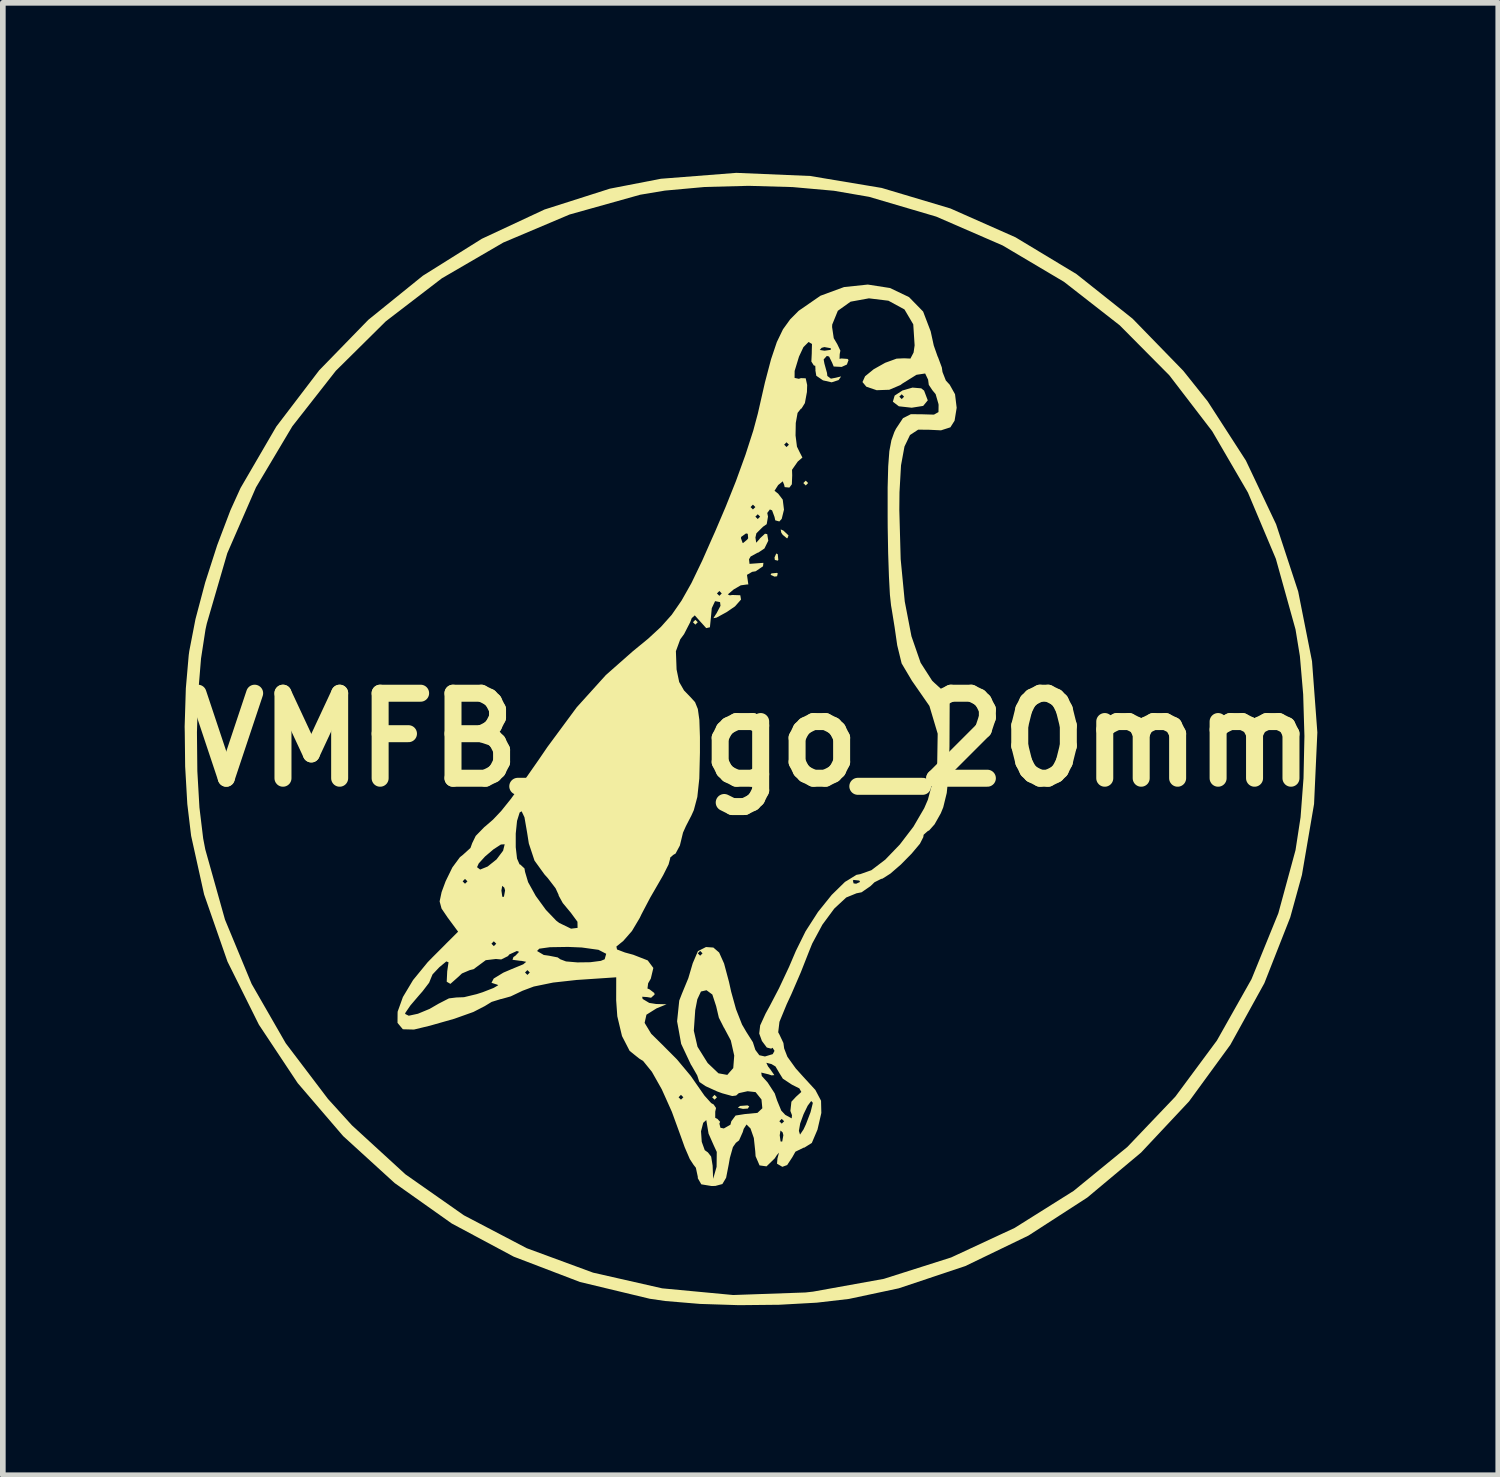
<source format=kicad_pcb>
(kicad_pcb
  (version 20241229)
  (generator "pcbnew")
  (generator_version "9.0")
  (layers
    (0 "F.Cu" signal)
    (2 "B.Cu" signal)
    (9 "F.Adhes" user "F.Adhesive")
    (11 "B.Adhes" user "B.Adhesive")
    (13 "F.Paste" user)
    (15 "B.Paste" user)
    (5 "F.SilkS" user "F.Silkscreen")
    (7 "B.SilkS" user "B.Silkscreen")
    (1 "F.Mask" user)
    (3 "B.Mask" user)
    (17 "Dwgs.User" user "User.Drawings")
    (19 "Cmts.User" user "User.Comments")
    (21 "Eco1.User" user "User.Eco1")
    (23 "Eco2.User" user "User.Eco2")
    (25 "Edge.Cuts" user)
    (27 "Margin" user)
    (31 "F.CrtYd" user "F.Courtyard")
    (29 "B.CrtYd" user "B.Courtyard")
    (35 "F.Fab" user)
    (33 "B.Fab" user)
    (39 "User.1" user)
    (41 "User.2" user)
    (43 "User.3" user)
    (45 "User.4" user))
  (footprint "VMFB_logo_20mm"
    (layer "F.Cu")
    (at 10.193 10.003)
    (property "Reference" "VMFB_logo_20mm" (at 0 0 0) (layer "F.SilkS") (effects (font (size 1.5 1.5) (thickness 0.3))))
    (attr board_only exclude_from_pos_files exclude_from_bom)
    (fp_poly (pts (xy -0.931 -2.074) (xy -0.974 -2.032) (xy -1.016 -2.074) (xy -0.974 -2.117)) (stroke (width 0) (type solid)) (fill yes) (layer "F.SilkS"))
    (fp_poly (pts (xy -0.593 6.308) (xy -0.635 6.35) (xy -0.677 6.308) (xy -0.635 6.265)) (stroke (width 0) (type solid)) (fill yes) (layer "F.SilkS"))
    (fp_poly (pts (xy 1.016 -4.53) (xy 0.974 -4.487) (xy 0.931 -4.53) (xy 0.974 -4.572)) (stroke (width 0) (type solid)) (fill yes) (layer "F.SilkS"))
    (fp_poly (pts (xy -0.023 6.468) (xy -0.048 6.507) (xy -0.134 6.513) (xy -0.224 6.492) (xy -0.185 6.461) (xy -0.053 6.451)) (stroke (width 0) (type solid)) (fill yes) (layer "F.SilkS"))
    (fp_poly (pts (xy 0.48 -3.274) (xy 0.49 -3.173) (xy 0.48 -3.161) (xy 0.429 -3.173) (xy 0.423 -3.217) (xy 0.454 -3.287)) (stroke (width 0) (type solid)) (fill yes) (layer "F.SilkS"))
    (fp_poly (pts (xy 0.48 -2.935) (xy 0.468 -2.885) (xy 0.423 -2.879) (xy 0.354 -2.91) (xy 0.367 -2.935) (xy 0.467 -2.945)) (stroke (width 0) (type solid)) (fill yes) (layer "F.SilkS"))
    (fp_poly (pts (xy 0.58 -3.691) (xy 0.67 -3.606) (xy 0.652 -3.557) (xy 0.64 -3.556) (xy 0.568 -3.616) (xy 0.542 -3.654) (xy 0.532 -3.712)) (stroke (width 0) (type solid)) (fill yes) (layer "F.SilkS"))
    (fp_poly (pts (xy 3.012 -6.201) (xy 3.062 -6.161) (xy 3.127 -5.989) (xy 3.046 -5.891) (xy 2.844 -5.859) (xy 2.617 -5.884) (xy 2.511 -5.965) (xy 2.537 -6.054) (xy 2.625 -6.054) (xy 2.667 -6.011) (xy 2.709 -6.054) (xy 2.667 -6.096) (xy 2.625 -6.054) (xy 2.537 -6.054) (xy 2.543 -6.073) (xy 2.68 -6.163) (xy 2.858 -6.214)) (stroke (width 0) (type solid)) (fill yes) (layer "F.SilkS"))
    (fp_poly (pts (xy 1.051 -9.948) (xy 2.314 -9.737) (xy 3.526 -9.375) (xy 4.675 -8.866) (xy 5.751 -8.217) (xy 6.741 -7.43) (xy 7.635 -6.511) (xy 8.066 -5.971) (xy 8.74 -4.927) (xy 9.273 -3.803) (xy 9.663 -2.616) (xy 9.907 -1.386) (xy 10.001 -0.13) (xy 9.943 1.133) (xy 9.729 2.385) (xy 9.523 3.133) (xy 9.066 4.295) (xy 8.466 5.382) (xy 7.736 6.382) (xy 6.89 7.284) (xy 5.942 8.077) (xy 4.904 8.748) (xy 3.79 9.286) (xy 2.614 9.679) (xy 1.736 9.866) (xy 1.169 9.932) (xy 0.503 9.969) (xy -0.204 9.976) (xy -0.892 9.954) (xy -1.503 9.903) (xy -1.778 9.863) (xy -3.01 9.567) (xy -4.179 9.12) (xy -5.272 8.535) (xy -6.279 7.822) (xy -7.189 6.992) (xy -7.991 6.057) (xy -8.675 5.027) (xy -9.229 3.914) (xy -9.642 2.728) (xy -9.871 1.693) (xy -9.938 1.133) (xy -9.976 0.471) (xy -9.983 -0.133) (xy -9.768 -0.133) (xy -9.761 0.553) (xy -9.724 1.195) (xy -9.658 1.742) (xy -9.621 1.934) (xy -9.273 3.174) (xy -8.803 4.308) (xy -8.201 5.355) (xy -7.456 6.337) (xy -7.033 6.803) (xy -6.09 7.667) (xy -5.057 8.391) (xy -3.949 8.971) (xy -2.779 9.402) (xy -1.56 9.679) (xy -0.306 9.797) (xy 0.97 9.752) (xy 1.104 9.737) (xy 2.351 9.512) (xy 3.54 9.134) (xy 4.66 8.613) (xy 5.7 7.96) (xy 6.649 7.184) (xy 7.495 6.297) (xy 8.229 5.306) (xy 8.839 4.224) (xy 9.313 3.06) (xy 9.616 1.947) (xy 9.705 1.366) (xy 9.757 0.677) (xy 9.773 -0.065) (xy 9.751 -0.801) (xy 9.693 -1.476) (xy 9.616 -1.947) (xy 9.269 -3.193) (xy 8.776 -4.362) (xy 8.146 -5.444) (xy 7.389 -6.431) (xy 6.514 -7.313) (xy 5.531 -8.08) (xy 4.448 -8.722) (xy 3.276 -9.231) (xy 2.092 -9.58) (xy 1.471 -9.687) (xy 0.743 -9.752) (xy -0.035 -9.774) (xy -0.805 -9.754) (xy -1.511 -9.69) (xy -1.947 -9.617) (xy -3.193 -9.268) (xy -4.363 -8.773) (xy -5.447 -8.142) (xy -6.435 -7.384) (xy -7.317 -6.511) (xy -8.085 -5.531) (xy -8.726 -4.454) (xy -9.233 -3.291) (xy -9.594 -2.051) (xy -9.617 -1.947) (xy -9.696 -1.434) (xy -9.747 -0.812) (xy -9.768 -0.133) (xy -9.983 -0.133) (xy -9.985 -0.231) (xy -9.964 -0.907) (xy -9.913 -1.494) (xy -9.903 -1.566) (xy -9.794 -2.129) (xy -9.623 -2.774) (xy -9.41 -3.436) (xy -9.177 -4.05) (xy -8.999 -4.442) (xy -8.368 -5.526) (xy -7.611 -6.519) (xy -6.744 -7.41) (xy -5.782 -8.188) (xy -4.741 -8.84) (xy -3.636 -9.356) (xy -2.483 -9.724) (xy -1.581 -9.899) (xy -0.251 -10.003)) (stroke (width 0) (type solid)) (fill yes) (layer "F.SilkS"))
    (fp_poly (pts (xy 2.461 -7.971) (xy 2.796 -7.811) (xy 3.045 -7.556) (xy 3.177 -7.21) (xy 3.179 -7.203) (xy 3.233 -6.956) (xy 3.301 -6.763) (xy 3.307 -6.753) (xy 3.375 -6.57) (xy 3.387 -6.489) (xy 3.446 -6.339) (xy 3.514 -6.265) (xy 3.608 -6.097) (xy 3.637 -5.858) (xy 3.6 -5.63) (xy 3.526 -5.513) (xy 3.361 -5.46) (xy 3.152 -5.47) (xy 2.958 -5.472) (xy 2.814 -5.378) (xy 2.716 -5.174) (xy 2.655 -4.842) (xy 2.628 -4.366) (xy 2.625 -4.057) (xy 2.649 -3.186) (xy 2.721 -2.44) (xy 2.839 -1.827) (xy 3.001 -1.359) (xy 3.204 -1.043) (xy 3.24 -1.008) (xy 3.514 -0.758) (xy 3.51 0.113) (xy 3.497 0.591) (xy 3.462 0.938) (xy 3.4 1.192) (xy 3.357 1.297) (xy 3.247 1.492) (xy 3.15 1.601) (xy 3.129 1.609) (xy 3.054 1.676) (xy 3.048 1.718) (xy 2.989 1.834) (xy 2.842 2.009) (xy 2.653 2.201) (xy 2.467 2.362) (xy 2.328 2.45) (xy 2.304 2.455) (xy 2.187 2.514) (xy 2.117 2.582) (xy 1.959 2.691) (xy 1.869 2.709) (xy 1.688 2.783) (xy 1.477 2.979) (xy 1.268 3.262) (xy 1.088 3.596) (xy 1.031 3.737) (xy 0.887 4.103) (xy 0.719 4.492) (xy 0.639 4.664) (xy 0.51 4.977) (xy 0.488 5.161) (xy 0.508 5.198) (xy 0.58 5.35) (xy 0.593 5.446) (xy 0.65 5.593) (xy 0.797 5.798) (xy 0.931 5.947) (xy 1.144 6.179) (xy 1.244 6.369) (xy 1.249 6.585) (xy 1.181 6.879) (xy 1.081 7.114) (xy 0.95 7.196) (xy 0.937 7.197) (xy 0.792 7.268) (xy 0.737 7.366) (xy 0.646 7.504) (xy 0.561 7.535) (xy 0.467 7.48) (xy 0.475 7.387) (xy 0.502 7.285) (xy 0.466 7.326) (xy 0.426 7.387) (xy 0.282 7.527) (xy 0.159 7.51) (xy 0.089 7.348) (xy 0.083 7.26) (xy 0.058 7.027) (xy 0.041 6.978) (xy 0.515 6.978) (xy 0.53 7.088) (xy 0.559 7.089) (xy 0.579 6.976) (xy 0.566 6.927) (xy 0.535 6.9) (xy 0.853 6.9) (xy 0.873 6.967) (xy 0.935 6.875) (xy 0.977 6.785) (xy 1.059 6.57) (xy 1.097 6.417) (xy 1.098 6.404) (xy 1.07 6.374) (xy 1.008 6.457) (xy 0.936 6.605) (xy 0.876 6.769) (xy 0.853 6.9) (xy 0.535 6.9) (xy 0.528 6.895) (xy 0.515 6.978) (xy 0.041 6.978) (xy -0.001 6.858) (xy -0.071 6.788) (xy -0.121 6.866) (xy -0.137 6.921) (xy -0.203 7.069) (xy -0.259 7.112) (xy -0.311 7.187) (xy -0.365 7.378) (xy -0.385 7.493) (xy -0.431 7.728) (xy -0.497 7.839) (xy -0.62 7.872) (xy -0.687 7.874) (xy -0.869 7.844) (xy -0.93 7.737) (xy -0.931 7.71) (xy -0.965 7.551) (xy -1.006 7.499) (xy -1.072 7.398) (xy -1.162 7.189) (xy -1.221 7.024) (xy -1.263 6.908) (xy -0.874 6.908) (xy -0.861 7.094) (xy -0.808 7.241) (xy -0.752 7.281) (xy -0.695 7.355) (xy -0.669 7.514) (xy -0.66 7.747) (xy -0.599 7.535) (xy -0.596 7.272) (xy -0.649 7.157) (xy -0.741 6.949) (xy -0.763 6.818) (xy -0.781 6.71) (xy -0.835 6.758) (xy -0.874 6.908) (xy -1.263 6.908) (xy -1.388 6.565) (xy -1.503 6.308) (xy -1.27 6.308) (xy -1.228 6.35) (xy -1.185 6.308) (xy -1.228 6.265) (xy -1.27 6.308) (xy -1.503 6.308) (xy -1.567 6.166) (xy -1.741 5.858) (xy -1.895 5.668) (xy -1.964 5.625) (xy -2.133 5.49) (xy -2.268 5.228) (xy -2.351 4.879) (xy -2.371 4.596) (xy -2.37 4.191) (xy -3.069 4.238) (xy -3.484 4.284) (xy -3.825 4.354) (xy -4.022 4.428) (xy -4.232 4.528) (xy -4.396 4.574) (xy -4.403 4.574) (xy -4.568 4.625) (xy -4.691 4.7) (xy -4.891 4.803) (xy -5.225 4.922) (xy -5.657 5.045) (xy -5.939 5.113) (xy -6.135 5.108) (xy -6.229 4.995) (xy -6.228 4.837) (xy -6.096 4.837) (xy -6.031 4.869) (xy -5.869 4.834) (xy -5.664 4.749) (xy -5.503 4.656) (xy -5.322 4.563) (xy -5.192 4.547) (xy -5.056 4.542) (xy -4.832 4.488) (xy -4.726 4.454) (xy -4.534 4.379) (xy -4.452 4.331) (xy -4.466 4.322) (xy -4.571 4.288) (xy -4.532 4.213) (xy -4.365 4.111) (xy -4.355 4.106) (xy -3.979 4.106) (xy -3.937 4.149) (xy -3.895 4.106) (xy -3.937 4.064) (xy -3.979 4.106) (xy -4.355 4.106) (xy -4.212 4.045) (xy -4.011 3.962) (xy -3.958 3.918) (xy -4.042 3.901) (xy -4.064 3.9) (xy -4.2 3.882) (xy -4.184 3.834) (xy -4.149 3.81) (xy -4.084 3.742) (xy -4.121 3.727) (xy -3.767 3.727) (xy -3.648 3.797) (xy -3.556 3.81) (xy -3.403 3.84) (xy -3.357 3.873) (xy -3.256 3.911) (xy -3.056 3.928) (xy -2.828 3.925) (xy -2.642 3.901) (xy -2.574 3.873) (xy -2.547 3.776) (xy -2.683 3.706) (xy -2.978 3.665) (xy -3.218 3.655) (xy -3.54 3.66) (xy -3.728 3.686) (xy -3.767 3.727) (xy -4.121 3.727) (xy -4.123 3.727) (xy -4.257 3.788) (xy -4.28 3.817) (xy -4.399 3.876) (xy -4.494 3.868) (xy -4.672 3.889) (xy -4.749 3.946) (xy -4.887 4.048) (xy -4.953 4.064) (xy -5.092 4.123) (xy -5.165 4.191) (xy -5.296 4.307) (xy -5.361 4.269) (xy -5.352 4.085) (xy -5.329 3.926) (xy -5.368 3.911) (xy -5.492 4.014) (xy -5.611 4.14) (xy -5.64 4.209) (xy -5.671 4.286) (xy -5.787 4.438) (xy -5.851 4.511) (xy -6.002 4.688) (xy -6.088 4.814) (xy -6.096 4.837) (xy -6.228 4.837) (xy -6.227 4.798) (xy -6.134 4.539) (xy -5.955 4.24) (xy -5.697 3.925) (xy -5.623 3.849) (xy -5.422 3.648) (xy -2.367 3.648) (xy -2.356 3.7) (xy -2.217 3.753) (xy -2.07 3.793) (xy -1.814 3.893) (xy -1.715 4.026) (xy -1.76 4.215) (xy -1.807 4.297) (xy -1.819 4.389) (xy -1.783 4.403) (xy -1.698 4.468) (xy -1.693 4.496) (xy -1.755 4.552) (xy -1.825 4.54) (xy -1.912 4.534) (xy -1.904 4.573) (xy -1.787 4.643) (xy -1.667 4.662) (xy -1.482 4.667) (xy -1.66 4.74) (xy -1.837 4.851) (xy -1.869 4.995) (xy -1.753 5.187) (xy -1.559 5.378) (xy -1.3 5.638) (xy -1.056 5.93) (xy -0.958 6.071) (xy -0.813 6.279) (xy -0.694 6.411) (xy -0.651 6.435) (xy -0.609 6.497) (xy -0.623 6.562) (xy -0.623 6.671) (xy -0.585 6.689) (xy -0.537 6.741) (xy -0.55 6.773) (xy -0.531 6.846) (xy -0.471 6.858) (xy -0.355 6.792) (xy -0.339 6.731) (xy 0.508 6.731) (xy 0.55 6.773) (xy 0.593 6.731) (xy 0.55 6.689) (xy 0.508 6.731) (xy -0.339 6.731) (xy -0.264 6.63) (xy -0.099 6.604) (xy 0.122 6.583) (xy 0.208 6.502) (xy 0.193 6.347) (xy 0.089 6.217) (xy -0.052 6.201) (xy -0.207 6.235) (xy -0.254 6.277) (xy -0.323 6.286) (xy -0.498 6.238) (xy -0.589 6.205) (xy -0.791 6.113) (xy -0.901 6.039) (xy -0.909 6.021) (xy -0.941 5.922) (xy -1.039 5.751) (xy -1.051 5.734) (xy -1.224 5.366) (xy -1.266 5.133) (xy -1.001 5.133) (xy -0.936 5.416) (xy -0.763 5.694) (xy -0.752 5.708) (xy -0.566 5.885) (xy -0.41 5.913) (xy -0.375 5.872) (xy 0.189 5.872) (xy 0.198 5.932) (xy 0.301 6.046) (xy 0.427 6.24) (xy 0.468 6.363) (xy 0.542 6.543) (xy 0.612 6.618) (xy 0.726 6.68) (xy 0.731 6.624) (xy 0.703 6.549) (xy 0.721 6.386) (xy 0.802 6.299) (xy 0.896 6.214) (xy 0.861 6.151) (xy 0.731 6.086) (xy 0.57 5.98) (xy 0.508 5.88) (xy 0.44 5.764) (xy 0.369 5.722) (xy 0.278 5.699) (xy 0.309 5.764) (xy 0.348 5.814) (xy 0.42 5.917) (xy 0.37 5.921) (xy 0.318 5.903) (xy 0.189 5.872) (xy -0.375 5.872) (xy -0.305 5.793) (xy -0.288 5.572) (xy -0.348 5.306) (xy -0.466 5.084) (xy -0.47 5.08) (xy -0.559 4.904) (xy -0.607 4.7) (xy -0.674 4.495) (xy -0.777 4.419) (xy -0.875 4.442) (xy -0.939 4.579) (xy -0.976 4.77) (xy -1.001 5.133) (xy -1.266 5.133) (xy -1.296 4.968) (xy -1.258 4.602) (xy -1.21 4.478) (xy -1.098 4.207) (xy -1.02 3.943) (xy -0.945 3.768) (xy -0.931 3.768) (xy -0.889 3.81) (xy -0.847 3.768) (xy -0.889 3.725) (xy -0.931 3.768) (xy -0.945 3.768) (xy -0.928 3.729) (xy -0.786 3.657) (xy -0.656 3.666) (xy -0.554 3.754) (xy -0.467 3.948) (xy -0.38 4.273) (xy -0.342 4.445) (xy -0.256 4.755) (xy -0.15 5.025) (xy -0.074 5.155) (xy 0.041 5.336) (xy 0.085 5.472) (xy 0.155 5.566) (xy 0.254 5.588) (xy 0.391 5.547) (xy 0.423 5.489) (xy 0.388 5.434) (xy 0.364 5.45) (xy 0.287 5.43) (xy 0.201 5.315) (xy 0.153 5.183) (xy 0.17 5.039) (xy 0.265 4.832) (xy 0.338 4.699) (xy 0.502 4.385) (xy 0.68 4.006) (xy 0.8 3.725) (xy 0.971 3.379) (xy 1.19 3.038) (xy 1.432 2.737) (xy 1.667 2.507) (xy 1.706 2.484) (xy 1.806 2.484) (xy 1.818 2.534) (xy 1.863 2.54) (xy 1.932 2.509) (xy 1.919 2.484) (xy 1.819 2.473) (xy 1.806 2.484) (xy 1.706 2.484) (xy 1.869 2.383) (xy 1.935 2.371) (xy 2.133 2.301) (xy 2.377 2.115) (xy 2.634 1.848) (xy 2.874 1.534) (xy 3.064 1.208) (xy 3.129 1.058) (xy 3.293 0.443) (xy 3.302 -0.107) (xy 3.156 -0.597) (xy 2.854 -1.032) (xy 2.853 -1.032) (xy 2.666 -1.347) (xy 2.588 -1.667) (xy 2.542 -1.986) (xy 2.493 -2.29) (xy 2.479 -2.371) (xy 2.459 -2.56) (xy 2.442 -2.88) (xy 2.428 -3.291) (xy 2.42 -3.755) (xy 2.419 -3.937) (xy 2.419 -4.45) (xy 2.429 -4.825) (xy 2.449 -5.092) (xy 2.485 -5.284) (xy 2.537 -5.43) (xy 2.566 -5.488) (xy 2.69 -5.675) (xy 2.829 -5.745) (xy 3.032 -5.743) (xy 3.236 -5.737) (xy 3.316 -5.782) (xy 3.318 -5.909) (xy 3.315 -5.928) (xy 3.266 -6.098) (xy 3.209 -6.167) (xy 3.145 -6.263) (xy 3.133 -6.354) (xy 3.081 -6.463) (xy 2.928 -6.44) (xy 2.679 -6.285) (xy 2.644 -6.259) (xy 2.449 -6.176) (xy 2.225 -6.168) (xy 2.043 -6.23) (xy 1.975 -6.312) (xy 2.021 -6.414) (xy 2.173 -6.538) (xy 2.376 -6.652) (xy 2.577 -6.725) (xy 2.709 -6.731) (xy 2.821 -6.726) (xy 2.877 -6.833) (xy 2.895 -6.96) (xy 2.871 -7.33) (xy 2.716 -7.593) (xy 2.433 -7.747) (xy 2.089 -7.789) (xy 1.765 -7.73) (xy 1.54 -7.569) (xy 1.441 -7.326) (xy 1.439 -7.282) (xy 1.468 -7.086) (xy 1.53 -6.981) (xy 1.585 -6.866) (xy 1.573 -6.803) (xy 1.57 -6.721) (xy 1.604 -6.728) (xy 1.712 -6.72) (xy 1.729 -6.7) (xy 1.7 -6.621) (xy 1.608 -6.579) (xy 1.467 -6.586) (xy 1.439 -6.654) (xy 1.386 -6.762) (xy 1.346 -6.773) (xy 1.29 -6.711) (xy 1.303 -6.639) (xy 1.349 -6.472) (xy 1.355 -6.419) (xy 1.418 -6.372) (xy 1.503 -6.388) (xy 1.598 -6.411) (xy 1.554 -6.347) (xy 1.431 -6.307) (xy 1.278 -6.342) (xy 1.16 -6.423) (xy 1.144 -6.521) (xy 1.146 -6.524) (xy 1.142 -6.599) (xy 1.117 -6.604) (xy 1.073 -6.674) (xy 1.08 -6.816) (xy 1.081 -6.878) (xy 1.222 -6.878) (xy 1.305 -6.865) (xy 1.415 -6.88) (xy 1.416 -6.909) (xy 1.303 -6.929) (xy 1.254 -6.916) (xy 1.222 -6.878) (xy 1.081 -6.878) (xy 1.084 -6.984) (xy 1.024 -7.019) (xy 0.933 -6.928) (xy 0.855 -6.761) (xy 0.778 -6.508) (xy 0.777 -6.385) (xy 0.852 -6.369) (xy 0.889 -6.381) (xy 0.973 -6.378) (xy 0.999 -6.26) (xy 0.995 -6.136) (xy 0.959 -5.941) (xy 0.899 -5.844) (xy 0.889 -5.842) (xy 0.83 -5.768) (xy 0.798 -5.59) (xy 0.794 -5.37) (xy 0.819 -5.172) (xy 0.874 -5.059) (xy 0.875 -5.058) (xy 0.915 -4.98) (xy 0.833 -4.909) (xy 0.732 -4.764) (xy 0.735 -4.666) (xy 0.729 -4.508) (xy 0.685 -4.45) (xy 0.602 -4.458) (xy 0.593 -4.499) (xy 0.568 -4.56) (xy 0.487 -4.494) (xy 0.423 -4.393) (xy 0.487 -4.343) (xy 0.568 -4.237) (xy 0.59 -4.06) (xy 0.55 -3.898) (xy 0.508 -3.852) (xy 0.436 -3.872) (xy 0.423 -3.932) (xy 0.38 -4.048) (xy 0.341 -4.064) (xy 0.295 -4.002) (xy 0.308 -3.938) (xy 0.285 -3.804) (xy 0.22 -3.759) (xy 0.103 -3.643) (xy 0.086 -3.568) (xy 0.1 -3.477) (xy 0.159 -3.542) (xy 0.166 -3.554) (xy 0.255 -3.636) (xy 0.294 -3.629) (xy 0.313 -3.513) (xy 0.245 -3.375) (xy 0.135 -3.302) (xy 0.127 -3.302) (xy 0.002 -3.234) (xy -0.027 -3.185) (xy -0.018 -3.104) (xy 0.104 -3.113) (xy 0.227 -3.122) (xy 0.22 -3.061) (xy 0.09 -2.973) (xy 0.028 -2.963) (xy -0.063 -2.91) (xy -0.052 -2.832) (xy -0.039 -2.74) (xy -0.065 -2.74) (xy -0.173 -2.725) (xy -0.297 -2.653) (xy -0.401 -2.565) (xy -0.366 -2.548) (xy -0.323 -2.555) (xy -0.181 -2.55) (xy -0.168 -2.474) (xy -0.274 -2.354) (xy -0.423 -2.252) (xy -0.601 -2.155) (xy -0.655 -2.146) (xy -0.607 -2.222) (xy -0.602 -2.228) (xy -0.53 -2.364) (xy -0.538 -2.429) (xy -0.626 -2.446) (xy -0.684 -2.322) (xy -0.699 -2.163) (xy -0.717 -1.985) (xy -0.782 -1.97) (xy -0.895 -2.095) (xy -0.984 -2.195) (xy -1.038 -2.146) (xy -1.065 -2.074) (xy -1.173 -1.864) (xy -1.241 -1.771) (xy -1.317 -1.563) (xy -1.305 -1.24) (xy -1.259 -1.019) (xy -1.174 -0.871) (xy -1.058 -0.751) (xy -0.979 -0.664) (xy -0.93 -0.543) (xy -0.903 -0.35) (xy -0.893 -0.048) (xy -0.893 0.226) (xy -0.904 0.683) (xy -0.939 1.009) (xy -1.001 1.242) (xy -1.042 1.333) (xy -1.14 1.523) (xy -1.192 1.639) (xy -1.194 1.648) (xy -1.247 1.866) (xy -1.323 2.008) (xy -1.365 2.032) (xy -1.421 2.083) (xy -1.418 2.095) (xy -1.446 2.199) (xy -1.542 2.39) (xy -1.604 2.498) (xy -1.77 2.785) (xy -1.924 3.078) (xy -1.955 3.143) (xy -2.093 3.375) (xy -2.248 3.552) (xy -2.272 3.571) (xy -2.367 3.648) (xy -5.422 3.648) (xy -5.373 3.598) (xy -4.572 3.598) (xy -4.53 3.641) (xy -4.487 3.598) (xy -4.53 3.556) (xy -4.572 3.598) (xy -5.373 3.598) (xy -5.16 3.386) (xy -5.345 3.136) (xy -5.452 2.978) (xy -5.486 2.852) (xy -5.451 2.687) (xy -5.441 2.66) (xy -4.396 2.66) (xy -4.38 2.77) (xy -4.352 2.771) (xy -4.331 2.658) (xy -4.345 2.609) (xy -4.382 2.577) (xy -4.396 2.66) (xy -5.441 2.66) (xy -5.382 2.501) (xy -5.381 2.498) (xy -5.08 2.498) (xy -5.038 2.54) (xy -4.995 2.498) (xy -5.038 2.455) (xy -5.08 2.498) (xy -5.381 2.498) (xy -5.262 2.254) (xy -5.258 2.248) (xy -4.826 2.248) (xy -4.771 2.29) (xy -4.64 2.237) (xy -4.482 2.111) (xy -4.366 1.957) (xy -4.338 1.844) (xy -4.405 1.848) (xy -4.537 1.934) (xy -4.684 2.059) (xy -4.796 2.182) (xy -4.826 2.248) (xy -5.258 2.248) (xy -5.128 2.072) (xy -5.073 2.028) (xy -4.942 1.909) (xy -4.911 1.823) (xy -4.849 1.696) (xy -4.809 1.655) (xy -4.143 1.655) (xy -4.143 1.896) (xy -4.12 2.096) (xy -4.076 2.198) (xy -4.064 2.201) (xy -3.989 2.27) (xy -3.979 2.33) (xy -3.925 2.512) (xy -3.79 2.755) (xy -3.611 3.001) (xy -3.428 3.192) (xy -3.375 3.232) (xy -3.167 3.333) (xy -3.052 3.319) (xy -3.054 3.211) (xy -3.17 3.053) (xy -3.313 2.881) (xy -3.385 2.75) (xy -3.387 2.735) (xy -3.44 2.62) (xy -3.575 2.444) (xy -3.635 2.377) (xy -3.812 2.132) (xy -3.912 1.83) (xy -3.942 1.64) (xy -3.989 1.368) (xy -4.039 1.262) (xy -4.074 1.283) (xy -4.12 1.431) (xy -4.143 1.655) (xy -4.809 1.655) (xy -4.698 1.541) (xy -4.678 1.525) (xy -4.544 1.409) (xy -4.4 1.257) (xy -4.23 1.045) (xy -4.014 0.748) (xy -3.732 0.344) (xy -3.584 0.127) (xy -3.067 -0.573) (xy -2.552 -1.143) (xy -2.078 -1.561) (xy -1.805 -1.785) (xy -1.582 -1.991) (xy -1.391 -2.205) (xy -1.218 -2.455) (xy -1.146 -2.582) (xy -0.593 -2.582) (xy -0.55 -2.54) (xy -0.508 -2.582) (xy -0.55 -2.625) (xy -0.593 -2.582) (xy -1.146 -2.582) (xy -1.043 -2.765) (xy -0.852 -3.162) (xy -0.678 -3.556) (xy -0.169 -3.556) (xy -0.14 -3.474) (xy -0.132 -3.471) (xy -0.06 -3.531) (xy -0.042 -3.556) (xy -0.049 -3.634) (xy -0.08 -3.641) (xy -0.166 -3.579) (xy -0.169 -3.556) (xy -0.678 -3.556) (xy -0.626 -3.672) (xy -0.513 -3.937) (xy 0.085 -3.937) (xy 0.127 -3.895) (xy 0.169 -3.937) (xy 0.127 -3.979) (xy 0.085 -3.937) (xy -0.513 -3.937) (xy -0.441 -4.106) (xy 0 -4.106) (xy 0.042 -4.064) (xy 0.085 -4.106) (xy 0.042 -4.149) (xy 0 -4.106) (xy -0.441 -4.106) (xy -0.259 -4.561) (xy -0.089 -5.03) (xy -0.032 -5.207) (xy 0.593 -5.207) (xy 0.635 -5.165) (xy 0.677 -5.207) (xy 0.635 -5.249) (xy 0.593 -5.207) (xy -0.032 -5.207) (xy 0.048 -5.455) (xy 0.129 -5.757) (xy 0.254 -6.305) (xy 0.362 -6.715) (xy 0.464 -7.018) (xy 0.572 -7.242) (xy 0.699 -7.418) (xy 0.849 -7.569) (xy 1.234 -7.835) (xy 1.65 -7.988) (xy 2.069 -8.032)) (stroke (width 0) (type solid)) (fill yes) (layer "F.SilkS")))
  (gr_rect
    (start -3 -3)
    (end 23.386 22.98)
    (stroke (width 0.1) (type default))
    (fill no)
    (layer "Edge.Cuts")))
</source>
